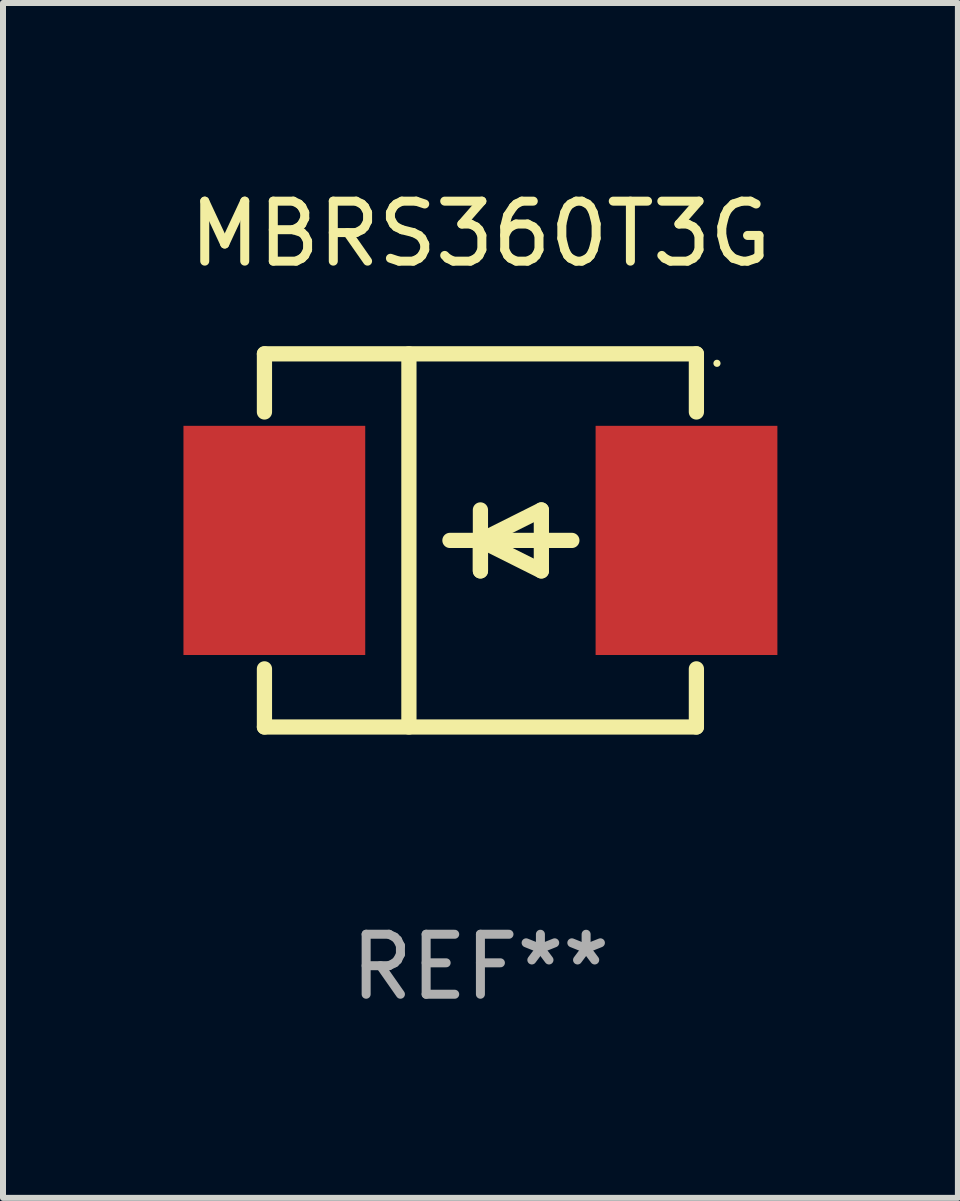
<source format=kicad_pcb>
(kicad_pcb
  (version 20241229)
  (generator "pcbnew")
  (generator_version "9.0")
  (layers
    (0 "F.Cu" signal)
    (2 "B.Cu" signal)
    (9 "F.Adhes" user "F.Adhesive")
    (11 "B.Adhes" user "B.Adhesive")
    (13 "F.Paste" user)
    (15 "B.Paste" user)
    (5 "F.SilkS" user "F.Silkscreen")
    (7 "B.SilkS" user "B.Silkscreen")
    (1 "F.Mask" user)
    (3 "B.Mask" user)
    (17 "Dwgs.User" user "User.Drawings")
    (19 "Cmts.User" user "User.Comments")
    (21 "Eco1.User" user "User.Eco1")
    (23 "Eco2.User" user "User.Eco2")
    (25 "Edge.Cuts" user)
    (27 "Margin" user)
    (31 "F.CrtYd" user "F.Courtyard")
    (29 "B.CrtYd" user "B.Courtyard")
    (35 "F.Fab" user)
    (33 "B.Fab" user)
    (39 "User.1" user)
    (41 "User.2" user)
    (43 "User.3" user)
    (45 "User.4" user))
  (footprint "MBRS360T3G"
    (layer "F.Cu")
    (at 4.958 5.958)
    (property "Reference" "MBRS360T3G" (at 0 -5.11 0) (layer "F.SilkS") (effects (font (size 1 1) (thickness 0.15))))
    (attr through_hole)
    (fp_line (start -3.6 -3.11) (end -3.6 -2.141) (stroke (width 0.254) (type solid)) (layer "F.SilkS"))
    (fp_line (start -3.6 -3.11) (end 3.6 -3.11) (stroke (width 0.254) (type solid)) (layer "F.SilkS"))
    (fp_line (start -3.6 2.141) (end -3.6 3.11) (stroke (width 0.254) (type solid)) (layer "F.SilkS"))
    (fp_line (start -3.6 3.11) (end 3.6 3.11) (stroke (width 0.254) (type solid)) (layer "F.SilkS"))
    (fp_line (start -1.192 -3.11) (end -1.192 3.11) (stroke (width 0.254) (type solid)) (layer "F.SilkS"))
    (fp_line (start 0 0) (end 0 0.508) (stroke (width 0.254) (type solid)) (layer "F.SilkS"))
    (fp_line (start 0 0) (end 1.016 0.508) (stroke (width 0.254) (type solid)) (layer "F.SilkS"))
    (fp_line (start 0 0.508) (end 0 -0.508) (stroke (width 0.254) (type solid)) (layer "F.SilkS"))
    (fp_line (start 1.016 -0.508) (end 0 0) (stroke (width 0.254) (type solid)) (layer "F.SilkS"))
    (fp_line (start 1.016 0.508) (end 1.016 -0.508) (stroke (width 0.254) (type solid)) (layer "F.SilkS"))
    (fp_line (start 1.524 0) (end -0.508 0) (stroke (width 0.254) (type solid)) (layer "F.SilkS"))
    (fp_line (start 3.6 -3.11) (end 3.6 -2.141) (stroke (width 0.254) (type solid)) (layer "F.SilkS"))
    (fp_line (start 3.6 2.141) (end 3.6 3.11) (stroke (width 0.254) (type solid)) (layer "F.SilkS"))
    (fp_circle (center 3.943 -2.952) (end 3.973 -2.952) (stroke (width 0.06) (type solid)) (fill no) (layer "F.SilkS"))
    (fp_text user "REF**" (at 0 7.11 0) (layer "F.Fab") (effects (font (size 1 1) (thickness 0.15))))
    (pad "1" smd rect (at 3.435 0 180) (size 3.03 3.82) (layers "F.Cu" "F.Mask" "F.Paste"))
    (pad "2" smd rect (at -3.435 0 180) (size 3.03 3.82) (layers "F.Cu" "F.Mask" "F.Paste")))
  (gr_rect
    (start -3 -3)
    (end 12.917 16.917)
    (stroke (width 0.1) (type default))
    (fill no)
    (layer "Edge.Cuts")))
</source>
